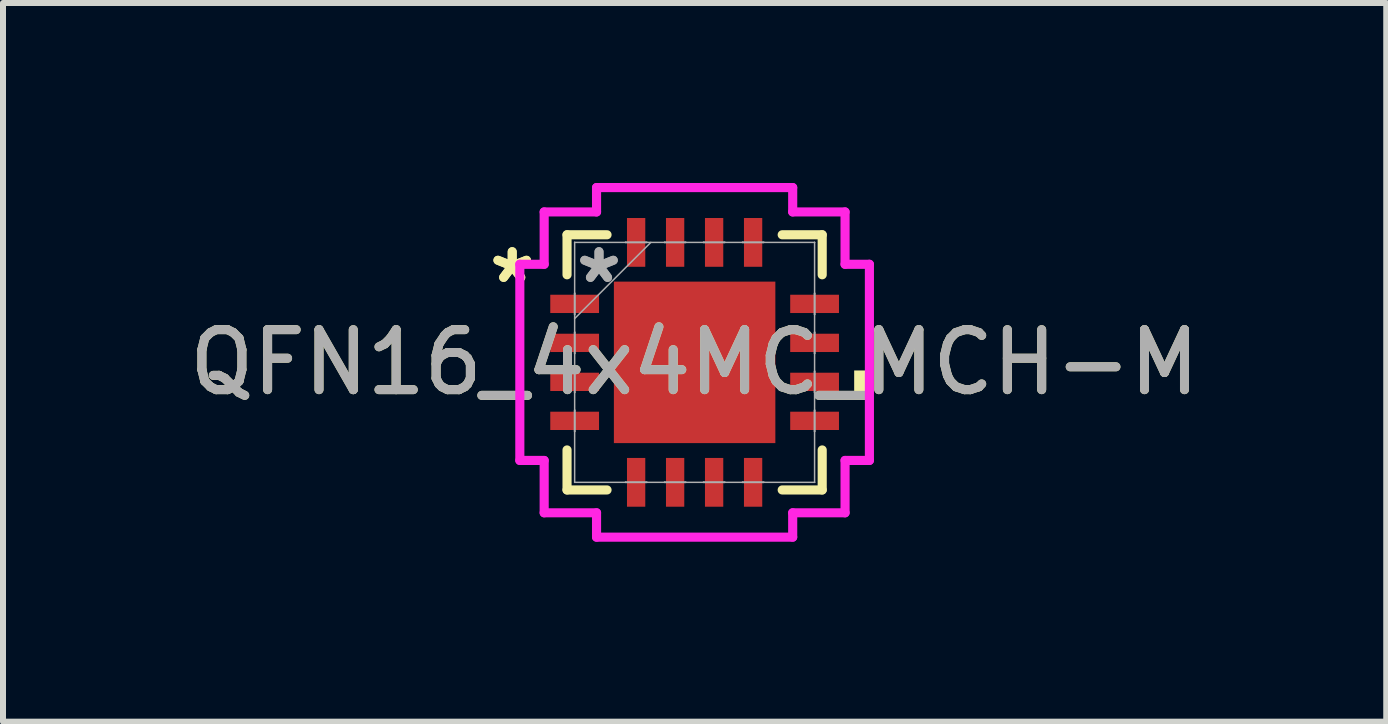
<source format=kicad_pcb>
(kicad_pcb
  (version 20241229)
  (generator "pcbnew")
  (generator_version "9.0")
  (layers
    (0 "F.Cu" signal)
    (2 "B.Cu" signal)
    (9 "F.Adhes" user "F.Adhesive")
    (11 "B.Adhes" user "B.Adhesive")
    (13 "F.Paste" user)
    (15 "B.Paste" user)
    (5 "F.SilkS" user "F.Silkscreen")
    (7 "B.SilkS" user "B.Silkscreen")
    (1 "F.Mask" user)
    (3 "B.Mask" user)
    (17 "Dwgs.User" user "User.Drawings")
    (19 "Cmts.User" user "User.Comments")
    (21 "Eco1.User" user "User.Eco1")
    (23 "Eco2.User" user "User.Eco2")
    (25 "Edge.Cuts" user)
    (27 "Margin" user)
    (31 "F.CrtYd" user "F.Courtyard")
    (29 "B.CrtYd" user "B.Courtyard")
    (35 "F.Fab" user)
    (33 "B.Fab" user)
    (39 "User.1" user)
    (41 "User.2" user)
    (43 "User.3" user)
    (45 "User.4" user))
  (footprint "QFN16_4x4MC_MCH-M"
    (layer "F.Cu")
    (at 8.53 2.991)
    (property "Reference" "QFN16_4x4MC_MCH-M" (at 0 0 0) (unlocked yes) (layer "F.SilkS") (effects (font (size 1 1) (thickness 0.15))))
    (attr smd)
    (fp_line (start -2.127 -2.127) (end -2.127 -1.46) (stroke (width 0.152) (type solid)) (layer "F.SilkS"))
    (fp_line (start -2.127 1.46) (end -2.127 2.127) (stroke (width 0.152) (type solid)) (layer "F.SilkS"))
    (fp_line (start -2.127 2.127) (end -1.46 2.127) (stroke (width 0.152) (type solid)) (layer "F.SilkS"))
    (fp_line (start -1.46 -2.127) (end -2.127 -2.127) (stroke (width 0.152) (type solid)) (layer "F.SilkS"))
    (fp_line (start 1.46 2.127) (end 2.127 2.127) (stroke (width 0.152) (type solid)) (layer "F.SilkS"))
    (fp_line (start 2.127 -2.127) (end 1.46 -2.127) (stroke (width 0.152) (type solid)) (layer "F.SilkS"))
    (fp_line (start 2.127 -1.46) (end 2.127 -2.127) (stroke (width 0.152) (type solid)) (layer "F.SilkS"))
    (fp_line (start 2.127 2.127) (end 2.127 1.46) (stroke (width 0.152) (type solid)) (layer "F.SilkS"))
    (fp_poly (pts (xy 2.914 0.135) (xy 2.914 0.516) (xy 2.66 0.516) (xy 2.66 0.135)) (stroke (width 0) (type solid)) (fill yes) (layer "F.SilkS"))
    (fp_poly (pts (xy -1.246 -1.246) (xy -1.246 -0.1) (xy -0.1 -0.1) (xy -0.1 -1.246)) (stroke (width 0) (type solid)) (fill yes) (layer "F.Paste"))
    (fp_poly (pts (xy -1.246 0.1) (xy -1.246 1.246) (xy -0.1 1.246) (xy -0.1 0.1)) (stroke (width 0) (type solid)) (fill yes) (layer "F.Paste"))
    (fp_poly (pts (xy 0.1 -1.246) (xy 0.1 -0.1) (xy 1.246 -0.1) (xy 1.246 -1.246)) (stroke (width 0) (type solid)) (fill yes) (layer "F.Paste"))
    (fp_poly (pts (xy 0.1 0.1) (xy 0.1 1.246) (xy 1.246 1.246) (xy 1.246 0.1)) (stroke (width 0) (type solid)) (fill yes) (layer "F.Paste"))
    (fp_line (start -2.914 -1.635) (end -2.508 -1.635) (stroke (width 0.152) (type solid)) (layer "F.CrtYd"))
    (fp_line (start -2.914 1.635) (end -2.914 -1.635) (stroke (width 0.152) (type solid)) (layer "F.CrtYd"))
    (fp_line (start -2.508 -2.508) (end -1.635 -2.508) (stroke (width 0.152) (type solid)) (layer "F.CrtYd"))
    (fp_line (start -2.508 -1.635) (end -2.508 -2.508) (stroke (width 0.152) (type solid)) (layer "F.CrtYd"))
    (fp_line (start -2.508 1.635) (end -2.914 1.635) (stroke (width 0.152) (type solid)) (layer "F.CrtYd"))
    (fp_line (start -2.508 2.508) (end -2.508 1.635) (stroke (width 0.152) (type solid)) (layer "F.CrtYd"))
    (fp_line (start -1.635 -2.914) (end 1.635 -2.914) (stroke (width 0.152) (type solid)) (layer "F.CrtYd"))
    (fp_line (start -1.635 -2.508) (end -1.635 -2.914) (stroke (width 0.152) (type solid)) (layer "F.CrtYd"))
    (fp_line (start -1.635 2.508) (end -2.508 2.508) (stroke (width 0.152) (type solid)) (layer "F.CrtYd"))
    (fp_line (start -1.635 2.914) (end -1.635 2.508) (stroke (width 0.152) (type solid)) (layer "F.CrtYd"))
    (fp_line (start 1.635 -2.914) (end 1.635 -2.508) (stroke (width 0.152) (type solid)) (layer "F.CrtYd"))
    (fp_line (start 1.635 -2.508) (end 2.508 -2.508) (stroke (width 0.152) (type solid)) (layer "F.CrtYd"))
    (fp_line (start 1.635 2.508) (end 1.635 2.914) (stroke (width 0.152) (type solid)) (layer "F.CrtYd"))
    (fp_line (start 1.635 2.914) (end -1.635 2.914) (stroke (width 0.152) (type solid)) (layer "F.CrtYd"))
    (fp_line (start 2.508 -2.508) (end 2.508 -1.635) (stroke (width 0.152) (type solid)) (layer "F.CrtYd"))
    (fp_line (start 2.508 -1.635) (end 2.914 -1.635) (stroke (width 0.152) (type solid)) (layer "F.CrtYd"))
    (fp_line (start 2.508 1.635) (end 2.508 2.508) (stroke (width 0.152) (type solid)) (layer "F.CrtYd"))
    (fp_line (start 2.508 2.508) (end 1.635 2.508) (stroke (width 0.152) (type solid)) (layer "F.CrtYd"))
    (fp_line (start 2.914 -1.635) (end 2.914 1.635) (stroke (width 0.152) (type solid)) (layer "F.CrtYd"))
    (fp_line (start 2.914 1.635) (end 2.508 1.635) (stroke (width 0.152) (type solid)) (layer "F.CrtYd"))
    (fp_line (start -2 -2) (end -2 -2) (stroke (width 0.025) (type solid)) (layer "F.Fab"))
    (fp_line (start -2 -2) (end -2 2) (stroke (width 0.025) (type solid)) (layer "F.Fab"))
    (fp_line (start -2 -1.153) (end -2 -1.153) (stroke (width 0.025) (type solid)) (layer "F.Fab"))
    (fp_line (start -2 -1.153) (end -2 -0.797) (stroke (width 0.025) (type solid)) (layer "F.Fab"))
    (fp_line (start -2 -0.797) (end -2 -1.153) (stroke (width 0.025) (type solid)) (layer "F.Fab"))
    (fp_line (start -2 -0.797) (end -2 -0.797) (stroke (width 0.025) (type solid)) (layer "F.Fab"))
    (fp_line (start -2 -0.73) (end -0.73 -2) (stroke (width 0.025) (type solid)) (layer "F.Fab"))
    (fp_line (start -2 -0.503) (end -2 -0.503) (stroke (width 0.025) (type solid)) (layer "F.Fab"))
    (fp_line (start -2 -0.503) (end -2 -0.147) (stroke (width 0.025) (type solid)) (layer "F.Fab"))
    (fp_line (start -2 -0.147) (end -2 -0.503) (stroke (width 0.025) (type solid)) (layer "F.Fab"))
    (fp_line (start -2 -0.147) (end -2 -0.147) (stroke (width 0.025) (type solid)) (layer "F.Fab"))
    (fp_line (start -2 0.147) (end -2 0.147) (stroke (width 0.025) (type solid)) (layer "F.Fab"))
    (fp_line (start -2 0.147) (end -2 0.503) (stroke (width 0.025) (type solid)) (layer "F.Fab"))
    (fp_line (start -2 0.503) (end -2 0.147) (stroke (width 0.025) (type solid)) (layer "F.Fab"))
    (fp_line (start -2 0.503) (end -2 0.503) (stroke (width 0.025) (type solid)) (layer "F.Fab"))
    (fp_line (start -2 0.797) (end -2 0.797) (stroke (width 0.025) (type solid)) (layer "F.Fab"))
    (fp_line (start -2 0.797) (end -2 1.153) (stroke (width 0.025) (type solid)) (layer "F.Fab"))
    (fp_line (start -2 1.153) (end -2 0.797) (stroke (width 0.025) (type solid)) (layer "F.Fab"))
    (fp_line (start -2 1.153) (end -2 1.153) (stroke (width 0.025) (type solid)) (layer "F.Fab"))
    (fp_line (start -2 2) (end -2 2) (stroke (width 0.025) (type solid)) (layer "F.Fab"))
    (fp_line (start -2 2) (end 2 2) (stroke (width 0.025) (type solid)) (layer "F.Fab"))
    (fp_line (start -1.153 -2) (end -1.153 -2) (stroke (width 0.025) (type solid)) (layer "F.Fab"))
    (fp_line (start -1.153 -2) (end -0.797 -2) (stroke (width 0.025) (type solid)) (layer "F.Fab"))
    (fp_line (start -1.153 2) (end -1.153 2) (stroke (width 0.025) (type solid)) (layer "F.Fab"))
    (fp_line (start -1.153 2) (end -0.797 2) (stroke (width 0.025) (type solid)) (layer "F.Fab"))
    (fp_line (start -0.797 -2) (end -1.153 -2) (stroke (width 0.025) (type solid)) (layer "F.Fab"))
    (fp_line (start -0.797 -2) (end -0.797 -2) (stroke (width 0.025) (type solid)) (layer "F.Fab"))
    (fp_line (start -0.797 2) (end -1.153 2) (stroke (width 0.025) (type solid)) (layer "F.Fab"))
    (fp_line (start -0.797 2) (end -0.797 2) (stroke (width 0.025) (type solid)) (layer "F.Fab"))
    (fp_line (start -0.503 -2) (end -0.503 -2) (stroke (width 0.025) (type solid)) (layer "F.Fab"))
    (fp_line (start -0.503 -2) (end -0.147 -2) (stroke (width 0.025) (type solid)) (layer "F.Fab"))
    (fp_line (start -0.503 2) (end -0.503 2) (stroke (width 0.025) (type solid)) (layer "F.Fab"))
    (fp_line (start -0.503 2) (end -0.147 2) (stroke (width 0.025) (type solid)) (layer "F.Fab"))
    (fp_line (start -0.147 -2) (end -0.503 -2) (stroke (width 0.025) (type solid)) (layer "F.Fab"))
    (fp_line (start -0.147 -2) (end -0.147 -2) (stroke (width 0.025) (type solid)) (layer "F.Fab"))
    (fp_line (start -0.147 2) (end -0.503 2) (stroke (width 0.025) (type solid)) (layer "F.Fab"))
    (fp_line (start -0.147 2) (end -0.147 2) (stroke (width 0.025) (type solid)) (layer "F.Fab"))
    (fp_line (start 0.147 -2) (end 0.147 -2) (stroke (width 0.025) (type solid)) (layer "F.Fab"))
    (fp_line (start 0.147 -2) (end 0.503 -2) (stroke (width 0.025) (type solid)) (layer "F.Fab"))
    (fp_line (start 0.147 2) (end 0.147 2) (stroke (width 0.025) (type solid)) (layer "F.Fab"))
    (fp_line (start 0.147 2) (end 0.503 2) (stroke (width 0.025) (type solid)) (layer "F.Fab"))
    (fp_line (start 0.503 -2) (end 0.147 -2) (stroke (width 0.025) (type solid)) (layer "F.Fab"))
    (fp_line (start 0.503 -2) (end 0.503 -2) (stroke (width 0.025) (type solid)) (layer "F.Fab"))
    (fp_line (start 0.503 2) (end 0.147 2) (stroke (width 0.025) (type solid)) (layer "F.Fab"))
    (fp_line (start 0.503 2) (end 0.503 2) (stroke (width 0.025) (type solid)) (layer "F.Fab"))
    (fp_line (start 0.797 -2) (end 0.797 -2) (stroke (width 0.025) (type solid)) (layer "F.Fab"))
    (fp_line (start 0.797 -2) (end 1.153 -2) (stroke (width 0.025) (type solid)) (layer "F.Fab"))
    (fp_line (start 0.797 2) (end 0.797 2) (stroke (width 0.025) (type solid)) (layer "F.Fab"))
    (fp_line (start 0.797 2) (end 1.153 2) (stroke (width 0.025) (type solid)) (layer "F.Fab"))
    (fp_line (start 1.153 -2) (end 0.797 -2) (stroke (width 0.025) (type solid)) (layer "F.Fab"))
    (fp_line (start 1.153 -2) (end 1.153 -2) (stroke (width 0.025) (type solid)) (layer "F.Fab"))
    (fp_line (start 1.153 2) (end 0.797 2) (stroke (width 0.025) (type solid)) (layer "F.Fab"))
    (fp_line (start 1.153 2) (end 1.153 2) (stroke (width 0.025) (type solid)) (layer "F.Fab"))
    (fp_line (start 2 -2) (end -2 -2) (stroke (width 0.025) (type solid)) (layer "F.Fab"))
    (fp_line (start 2 -2) (end 2 -2) (stroke (width 0.025) (type solid)) (layer "F.Fab"))
    (fp_line (start 2 -1.153) (end 2 -1.153) (stroke (width 0.025) (type solid)) (layer "F.Fab"))
    (fp_line (start 2 -1.153) (end 2 -0.797) (stroke (width 0.025) (type solid)) (layer "F.Fab"))
    (fp_line (start 2 -0.797) (end 2 -1.153) (stroke (width 0.025) (type solid)) (layer "F.Fab"))
    (fp_line (start 2 -0.797) (end 2 -0.797) (stroke (width 0.025) (type solid)) (layer "F.Fab"))
    (fp_line (start 2 -0.503) (end 2 -0.503) (stroke (width 0.025) (type solid)) (layer "F.Fab"))
    (fp_line (start 2 -0.503) (end 2 -0.147) (stroke (width 0.025) (type solid)) (layer "F.Fab"))
    (fp_line (start 2 -0.147) (end 2 -0.503) (stroke (width 0.025) (type solid)) (layer "F.Fab"))
    (fp_line (start 2 -0.147) (end 2 -0.147) (stroke (width 0.025) (type solid)) (layer "F.Fab"))
    (fp_line (start 2 0.147) (end 2 0.147) (stroke (width 0.025) (type solid)) (layer "F.Fab"))
    (fp_line (start 2 0.147) (end 2 0.503) (stroke (width 0.025) (type solid)) (layer "F.Fab"))
    (fp_line (start 2 0.503) (end 2 0.147) (stroke (width 0.025) (type solid)) (layer "F.Fab"))
    (fp_line (start 2 0.503) (end 2 0.503) (stroke (width 0.025) (type solid)) (layer "F.Fab"))
    (fp_line (start 2 0.797) (end 2 0.797) (stroke (width 0.025) (type solid)) (layer "F.Fab"))
    (fp_line (start 2 0.797) (end 2 1.153) (stroke (width 0.025) (type solid)) (layer "F.Fab"))
    (fp_line (start 2 1.153) (end 2 0.797) (stroke (width 0.025) (type solid)) (layer "F.Fab"))
    (fp_line (start 2 1.153) (end 2 1.153) (stroke (width 0.025) (type solid)) (layer "F.Fab"))
    (fp_line (start 2 2) (end 2 -2) (stroke (width 0.025) (type solid)) (layer "F.Fab"))
    (fp_line (start 2 2) (end 2 2) (stroke (width 0.025) (type solid)) (layer "F.Fab"))
    (fp_text user "*" (at -3.041 -1.3 0) (unlocked yes) (layer "F.SilkS") (effects (font (size 1 1) (thickness 0.15))))
    (fp_text user "*" (at -3.041 -1.3 0) (layer "F.SilkS") (effects (font (size 1 1) (thickness 0.15))))
    (fp_text user "*" (at -1.594 -1.3 0) (unlocked yes) (layer "F.Fab") (effects (font (size 1 1) (thickness 0.15))))
    (fp_text user "*" (at -1.594 -1.3 0) (layer "F.Fab") (effects (font (size 1 1) (thickness 0.15))))
    (fp_text user "${REFERENCE}" (at 0 0 0) (unlocked yes) (layer "F.Fab") (effects (font (size 1 1) (thickness 0.15))))
    (pad "1" smd rect (at -2 -0.975 90) (size 0.305 0.813) (layers "F.Cu" "F.Mask" "F.Paste"))
    (pad "2" smd rect (at -2 -0.325 90) (size 0.305 0.813) (layers "F.Cu" "F.Mask" "F.Paste"))
    (pad "3" smd rect (at -2 0.325 90) (size 0.305 0.813) (layers "F.Cu" "F.Mask" "F.Paste"))
    (pad "4" smd rect (at -2 0.975 90) (size 0.305 0.813) (layers "F.Cu" "F.Mask" "F.Paste"))
    (pad "5" smd rect (at -0.975 2) (size 0.305 0.813) (layers "F.Cu" "F.Mask" "F.Paste"))
    (pad "6" smd rect (at -0.325 2) (size 0.305 0.813) (layers "F.Cu" "F.Mask" "F.Paste"))
    (pad "7" smd rect (at 0.325 2) (size 0.305 0.813) (layers "F.Cu" "F.Mask" "F.Paste"))
    (pad "8" smd rect (at 0.975 2) (size 0.305 0.813) (layers "F.Cu" "F.Mask" "F.Paste"))
    (pad "9" smd rect (at 2 0.975 90) (size 0.305 0.813) (layers "F.Cu" "F.Mask" "F.Paste"))
    (pad "10" smd rect (at 2 0.325 90) (size 0.305 0.813) (layers "F.Cu" "F.Mask" "F.Paste"))
    (pad "11" smd rect (at 2 -0.325 90) (size 0.305 0.813) (layers "F.Cu" "F.Mask" "F.Paste"))
    (pad "12" smd rect (at 2 -0.975 90) (size 0.305 0.813) (layers "F.Cu" "F.Mask" "F.Paste"))
    (pad "13" smd rect (at 0.975 -2) (size 0.305 0.813) (layers "F.Cu" "F.Mask" "F.Paste"))
    (pad "14" smd rect (at 0.325 -2) (size 0.305 0.813) (layers "F.Cu" "F.Mask" "F.Paste"))
    (pad "15" smd rect (at -0.325 -2) (size 0.305 0.813) (layers "F.Cu" "F.Mask" "F.Paste"))
    (pad "16" smd rect (at -0.975 -2) (size 0.305 0.813) (layers "F.Cu" "F.Mask" "F.Paste"))
    (pad "17" smd rect (at 0 0) (size 2.692 2.692) (layers "F.Cu" "F.Mask" "F.Paste")))
  (gr_rect
    (start -3 -3)
    (end 20.06 8.981)
    (stroke (width 0.1) (type default))
    (fill no)
    (layer "Edge.Cuts")))
</source>
